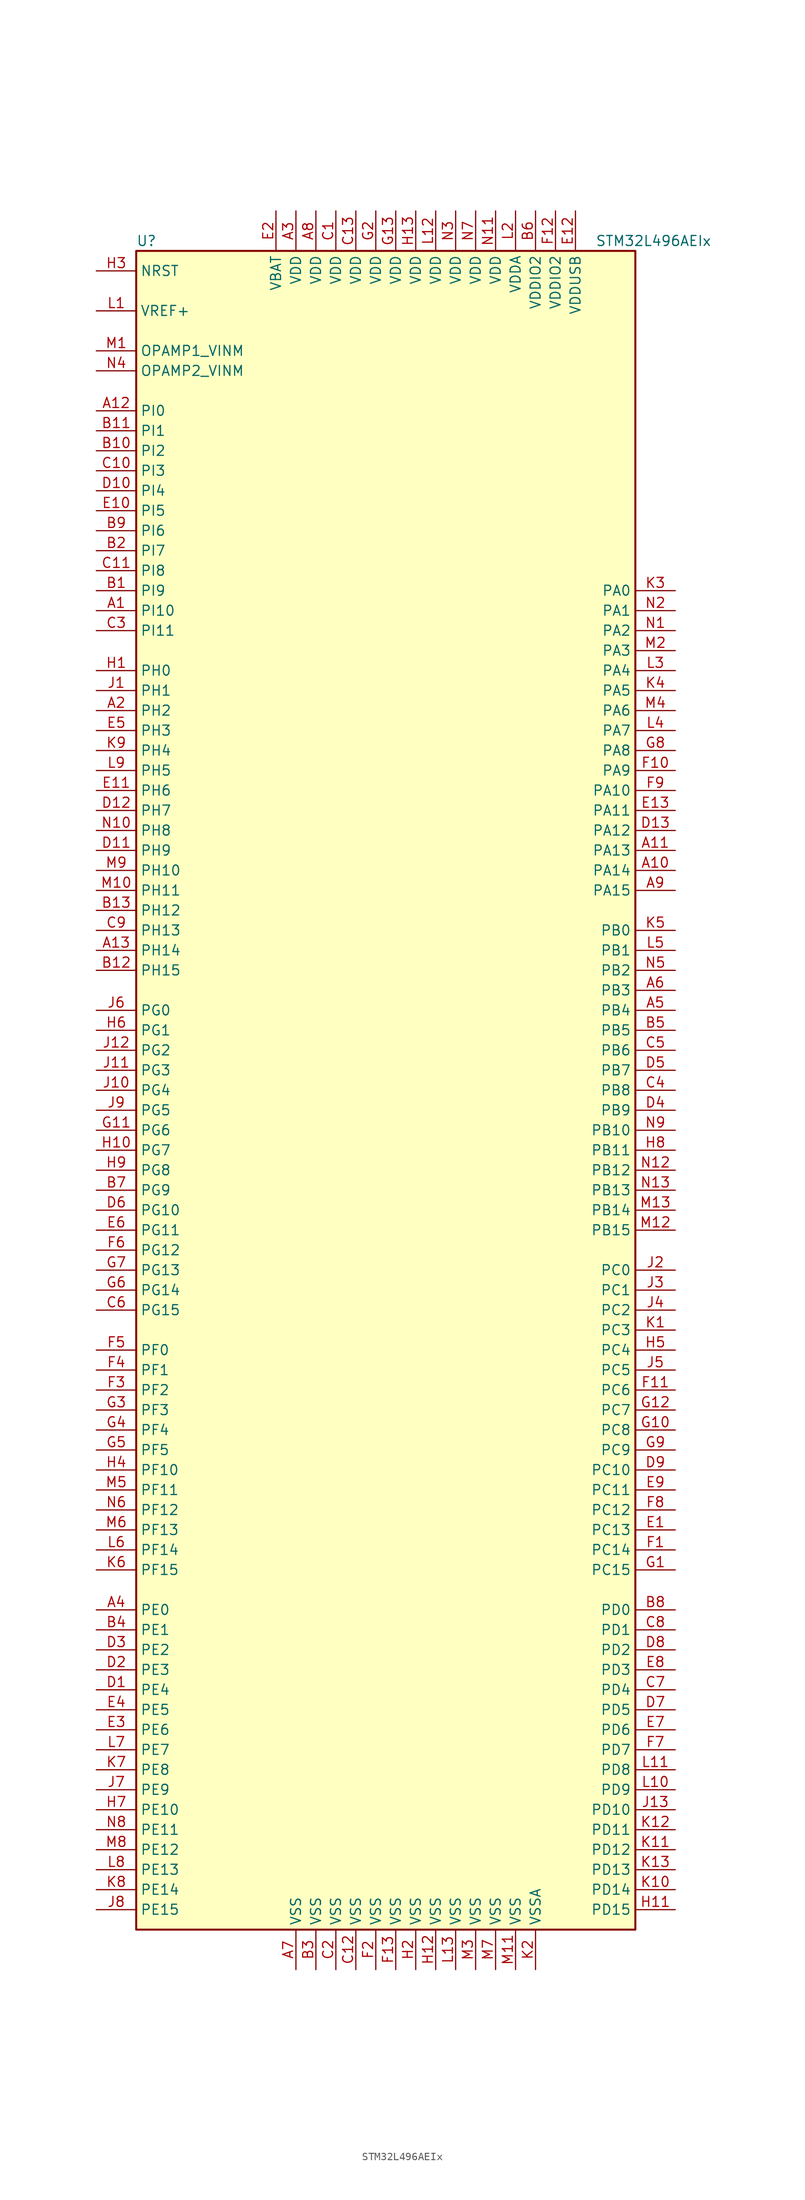
<source format=kicad_sym>
(kicad_symbol_lib
  (version 20201005)
  (generator kicad_symbol_editor)
  (symbol "MCU_ST_STM32L4:STM32L496AEIx"
    (property "Reference" "U"
      (at -33.02 107.95 0)
      (effects (font (size 1.27 1.27)) (justify left)))
    (property "Value" "STM32L496AEIx"
      (at 25.4 107.95 0)
      (effects (font (size 1.27 1.27)) (justify left)))
    (symbol "STM32L496AEIx_0_1"
      (rectangle (start -33.02 -106.68) (end 30.48 106.68) (stroke (width 0.254)) (fill (type background))))
    (symbol "STM32L496AEIx_1_1"
      (pin bidirectional line (at -38.1 60.96 0) (length 5.08) (name "PI10" (effects (font (size 1.27 1.27)))) (number "A1" (effects (font (size 1.27 1.27)))))
      (pin bidirectional line (at 35.56 27.94 180) (length 5.08) (name "PA14" (effects (font (size 1.27 1.27)))) (number "A10" (effects (font (size 1.27 1.27)))))
      (pin bidirectional line (at 35.56 30.48 180) (length 5.08) (name "PA13" (effects (font (size 1.27 1.27)))) (number "A11" (effects (font (size 1.27 1.27)))))
      (pin bidirectional line (at -38.1 86.36 0) (length 5.08) (name "PI0" (effects (font (size 1.27 1.27)))) (number "A12" (effects (font (size 1.27 1.27)))))
      (pin bidirectional line (at -38.1 17.78 0) (length 5.08) (name "PH14" (effects (font (size 1.27 1.27)))) (number "A13" (effects (font (size 1.27 1.27)))))
      (pin bidirectional line (at -38.1 48.26 0) (length 5.08) (name "PH2" (effects (font (size 1.27 1.27)))) (number "A2" (effects (font (size 1.27 1.27)))))
      (pin power_in line (at -12.7 111.76 270) (length 5.08) (name "VDD" (effects (font (size 1.27 1.27)))) (number "A3" (effects (font (size 1.27 1.27)))))
      (pin bidirectional line (at -38.1 -66.04 0) (length 5.08) (name "PE0" (effects (font (size 1.27 1.27)))) (number "A4" (effects (font (size 1.27 1.27)))))
      (pin bidirectional line (at 35.56 10.16 180) (length 5.08) (name "PB4" (effects (font (size 1.27 1.27)))) (number "A5" (effects (font (size 1.27 1.27)))))
      (pin bidirectional line (at 35.56 12.7 180) (length 5.08) (name "PB3" (effects (font (size 1.27 1.27)))) (number "A6" (effects (font (size 1.27 1.27)))))
      (pin power_in line (at -12.7 -111.76 90) (length 5.08) (name "VSS" (effects (font (size 1.27 1.27)))) (number "A7" (effects (font (size 1.27 1.27)))))
      (pin power_in line (at -10.16 111.76 270) (length 5.08) (name "VDD" (effects (font (size 1.27 1.27)))) (number "A8" (effects (font (size 1.27 1.27)))))
      (pin bidirectional line (at 35.56 25.4 180) (length 5.08) (name "PA15" (effects (font (size 1.27 1.27)))) (number "A9" (effects (font (size 1.27 1.27)))))
      (pin bidirectional line (at -38.1 63.5 0) (length 5.08) (name "PI9" (effects (font (size 1.27 1.27)))) (number "B1" (effects (font (size 1.27 1.27)))))
      (pin bidirectional line (at -38.1 81.28 0) (length 5.08) (name "PI2" (effects (font (size 1.27 1.27)))) (number "B10" (effects (font (size 1.27 1.27)))))
      (pin bidirectional line (at -38.1 83.82 0) (length 5.08) (name "PI1" (effects (font (size 1.27 1.27)))) (number "B11" (effects (font (size 1.27 1.27)))))
      (pin bidirectional line (at -38.1 15.24 0) (length 5.08) (name "PH15" (effects (font (size 1.27 1.27)))) (number "B12" (effects (font (size 1.27 1.27)))))
      (pin bidirectional line (at -38.1 22.86 0) (length 5.08) (name "PH12" (effects (font (size 1.27 1.27)))) (number "B13" (effects (font (size 1.27 1.27)))))
      (pin bidirectional line (at -38.1 68.58 0) (length 5.08) (name "PI7" (effects (font (size 1.27 1.27)))) (number "B2" (effects (font (size 1.27 1.27)))))
      (pin power_in line (at -10.16 -111.76 90) (length 5.08) (name "VSS" (effects (font (size 1.27 1.27)))) (number "B3" (effects (font (size 1.27 1.27)))))
      (pin bidirectional line (at -38.1 -68.58 0) (length 5.08) (name "PE1" (effects (font (size 1.27 1.27)))) (number "B4" (effects (font (size 1.27 1.27)))))
      (pin bidirectional line (at 35.56 7.62 180) (length 5.08) (name "PB5" (effects (font (size 1.27 1.27)))) (number "B5" (effects (font (size 1.27 1.27)))))
      (pin power_in line (at 17.78 111.76 270) (length 5.08) (name "VDDIO2" (effects (font (size 1.27 1.27)))) (number "B6" (effects (font (size 1.27 1.27)))))
      (pin bidirectional line (at -38.1 -12.7 0) (length 5.08) (name "PG9" (effects (font (size 1.27 1.27)))) (number "B7" (effects (font (size 1.27 1.27)))))
      (pin bidirectional line (at 35.56 -66.04 180) (length 5.08) (name "PD0" (effects (font (size 1.27 1.27)))) (number "B8" (effects (font (size 1.27 1.27)))))
      (pin bidirectional line (at -38.1 71.12 0) (length 5.08) (name "PI6" (effects (font (size 1.27 1.27)))) (number "B9" (effects (font (size 1.27 1.27)))))
      (pin power_in line (at -7.62 111.76 270) (length 5.08) (name "VDD" (effects (font (size 1.27 1.27)))) (number "C1" (effects (font (size 1.27 1.27)))))
      (pin bidirectional line (at -38.1 78.74 0) (length 5.08) (name "PI3" (effects (font (size 1.27 1.27)))) (number "C10" (effects (font (size 1.27 1.27)))))
      (pin bidirectional line (at -38.1 66.04 0) (length 5.08) (name "PI8" (effects (font (size 1.27 1.27)))) (number "C11" (effects (font (size 1.27 1.27)))))
      (pin power_in line (at -5.08 -111.76 90) (length 5.08) (name "VSS" (effects (font (size 1.27 1.27)))) (number "C12" (effects (font (size 1.27 1.27)))))
      (pin power_in line (at -5.08 111.76 270) (length 5.08) (name "VDD" (effects (font (size 1.27 1.27)))) (number "C13" (effects (font (size 1.27 1.27)))))
      (pin power_in line (at -7.62 -111.76 90) (length 5.08) (name "VSS" (effects (font (size 1.27 1.27)))) (number "C2" (effects (font (size 1.27 1.27)))))
      (pin bidirectional line (at -38.1 58.42 0) (length 5.08) (name "PI11" (effects (font (size 1.27 1.27)))) (number "C3" (effects (font (size 1.27 1.27)))))
      (pin bidirectional line (at 35.56 0 180) (length 5.08) (name "PB8" (effects (font (size 1.27 1.27)))) (number "C4" (effects (font (size 1.27 1.27)))))
      (pin bidirectional line (at 35.56 5.08 180) (length 5.08) (name "PB6" (effects (font (size 1.27 1.27)))) (number "C5" (effects (font (size 1.27 1.27)))))
      (pin bidirectional line (at -38.1 -27.94 0) (length 5.08) (name "PG15" (effects (font (size 1.27 1.27)))) (number "C6" (effects (font (size 1.27 1.27)))))
      (pin bidirectional line (at 35.56 -76.2 180) (length 5.08) (name "PD4" (effects (font (size 1.27 1.27)))) (number "C7" (effects (font (size 1.27 1.27)))))
      (pin bidirectional line (at 35.56 -68.58 180) (length 5.08) (name "PD1" (effects (font (size 1.27 1.27)))) (number "C8" (effects (font (size 1.27 1.27)))))
      (pin bidirectional line (at -38.1 20.32 0) (length 5.08) (name "PH13" (effects (font (size 1.27 1.27)))) (number "C9" (effects (font (size 1.27 1.27)))))
      (pin bidirectional line (at -38.1 -76.2 0) (length 5.08) (name "PE4" (effects (font (size 1.27 1.27)))) (number "D1" (effects (font (size 1.27 1.27)))))
      (pin bidirectional line (at -38.1 76.2 0) (length 5.08) (name "PI4" (effects (font (size 1.27 1.27)))) (number "D10" (effects (font (size 1.27 1.27)))))
      (pin bidirectional line (at -38.1 30.48 0) (length 5.08) (name "PH9" (effects (font (size 1.27 1.27)))) (number "D11" (effects (font (size 1.27 1.27)))))
      (pin bidirectional line (at -38.1 35.56 0) (length 5.08) (name "PH7" (effects (font (size 1.27 1.27)))) (number "D12" (effects (font (size 1.27 1.27)))))
      (pin bidirectional line (at 35.56 33.02 180) (length 5.08) (name "PA12" (effects (font (size 1.27 1.27)))) (number "D13" (effects (font (size 1.27 1.27)))))
      (pin bidirectional line (at -38.1 -73.66 0) (length 5.08) (name "PE3" (effects (font (size 1.27 1.27)))) (number "D2" (effects (font (size 1.27 1.27)))))
      (pin bidirectional line (at -38.1 -71.12 0) (length 5.08) (name "PE2" (effects (font (size 1.27 1.27)))) (number "D3" (effects (font (size 1.27 1.27)))))
      (pin bidirectional line (at 35.56 -2.54 180) (length 5.08) (name "PB9" (effects (font (size 1.27 1.27)))) (number "D4" (effects (font (size 1.27 1.27)))))
      (pin bidirectional line (at 35.56 2.54 180) (length 5.08) (name "PB7" (effects (font (size 1.27 1.27)))) (number "D5" (effects (font (size 1.27 1.27)))))
      (pin bidirectional line (at -38.1 -15.24 0) (length 5.08) (name "PG10" (effects (font (size 1.27 1.27)))) (number "D6" (effects (font (size 1.27 1.27)))))
      (pin bidirectional line (at 35.56 -78.74 180) (length 5.08) (name "PD5" (effects (font (size 1.27 1.27)))) (number "D7" (effects (font (size 1.27 1.27)))))
      (pin bidirectional line (at 35.56 -71.12 180) (length 5.08) (name "PD2" (effects (font (size 1.27 1.27)))) (number "D8" (effects (font (size 1.27 1.27)))))
      (pin bidirectional line (at 35.56 -48.26 180) (length 5.08) (name "PC10" (effects (font (size 1.27 1.27)))) (number "D9" (effects (font (size 1.27 1.27)))))
      (pin bidirectional line (at 35.56 -55.88 180) (length 5.08) (name "PC13" (effects (font (size 1.27 1.27)))) (number "E1" (effects (font (size 1.27 1.27)))))
      (pin bidirectional line (at -38.1 73.66 0) (length 5.08) (name "PI5" (effects (font (size 1.27 1.27)))) (number "E10" (effects (font (size 1.27 1.27)))))
      (pin bidirectional line (at -38.1 38.1 0) (length 5.08) (name "PH6" (effects (font (size 1.27 1.27)))) (number "E11" (effects (font (size 1.27 1.27)))))
      (pin power_in line (at 22.86 111.76 270) (length 5.08) (name "VDDUSB" (effects (font (size 1.27 1.27)))) (number "E12" (effects (font (size 1.27 1.27)))))
      (pin bidirectional line (at 35.56 35.56 180) (length 5.08) (name "PA11" (effects (font (size 1.27 1.27)))) (number "E13" (effects (font (size 1.27 1.27)))))
      (pin power_in line (at -15.24 111.76 270) (length 5.08) (name "VBAT" (effects (font (size 1.27 1.27)))) (number "E2" (effects (font (size 1.27 1.27)))))
      (pin bidirectional line (at -38.1 -81.28 0) (length 5.08) (name "PE6" (effects (font (size 1.27 1.27)))) (number "E3" (effects (font (size 1.27 1.27)))))
      (pin bidirectional line (at -38.1 -78.74 0) (length 5.08) (name "PE5" (effects (font (size 1.27 1.27)))) (number "E4" (effects (font (size 1.27 1.27)))))
      (pin bidirectional line (at -38.1 45.72 0) (length 5.08) (name "PH3" (effects (font (size 1.27 1.27)))) (number "E5" (effects (font (size 1.27 1.27)))))
      (pin bidirectional line (at -38.1 -17.78 0) (length 5.08) (name "PG11" (effects (font (size 1.27 1.27)))) (number "E6" (effects (font (size 1.27 1.27)))))
      (pin bidirectional line (at 35.56 -81.28 180) (length 5.08) (name "PD6" (effects (font (size 1.27 1.27)))) (number "E7" (effects (font (size 1.27 1.27)))))
      (pin bidirectional line (at 35.56 -73.66 180) (length 5.08) (name "PD3" (effects (font (size 1.27 1.27)))) (number "E8" (effects (font (size 1.27 1.27)))))
      (pin bidirectional line (at 35.56 -50.8 180) (length 5.08) (name "PC11" (effects (font (size 1.27 1.27)))) (number "E9" (effects (font (size 1.27 1.27)))))
      (pin bidirectional line (at 35.56 -58.42 180) (length 5.08) (name "PC14" (effects (font (size 1.27 1.27)))) (number "F1" (effects (font (size 1.27 1.27)))))
      (pin bidirectional line (at 35.56 40.64 180) (length 5.08) (name "PA9" (effects (font (size 1.27 1.27)))) (number "F10" (effects (font (size 1.27 1.27)))))
      (pin bidirectional line (at 35.56 -38.1 180) (length 5.08) (name "PC6" (effects (font (size 1.27 1.27)))) (number "F11" (effects (font (size 1.27 1.27)))))
      (pin power_in line (at 20.32 111.76 270) (length 5.08) (name "VDDIO2" (effects (font (size 1.27 1.27)))) (number "F12" (effects (font (size 1.27 1.27)))))
      (pin power_in line (at 0 -111.76 90) (length 5.08) (name "VSS" (effects (font (size 1.27 1.27)))) (number "F13" (effects (font (size 1.27 1.27)))))
      (pin power_in line (at -2.54 -111.76 90) (length 5.08) (name "VSS" (effects (font (size 1.27 1.27)))) (number "F2" (effects (font (size 1.27 1.27)))))
      (pin bidirectional line (at -38.1 -38.1 0) (length 5.08) (name "PF2" (effects (font (size 1.27 1.27)))) (number "F3" (effects (font (size 1.27 1.27)))))
      (pin bidirectional line (at -38.1 -35.56 0) (length 5.08) (name "PF1" (effects (font (size 1.27 1.27)))) (number "F4" (effects (font (size 1.27 1.27)))))
      (pin bidirectional line (at -38.1 -33.02 0) (length 5.08) (name "PF0" (effects (font (size 1.27 1.27)))) (number "F5" (effects (font (size 1.27 1.27)))))
      (pin bidirectional line (at -38.1 -20.32 0) (length 5.08) (name "PG12" (effects (font (size 1.27 1.27)))) (number "F6" (effects (font (size 1.27 1.27)))))
      (pin bidirectional line (at 35.56 -83.82 180) (length 5.08) (name "PD7" (effects (font (size 1.27 1.27)))) (number "F7" (effects (font (size 1.27 1.27)))))
      (pin bidirectional line (at 35.56 -53.34 180) (length 5.08) (name "PC12" (effects (font (size 1.27 1.27)))) (number "F8" (effects (font (size 1.27 1.27)))))
      (pin bidirectional line (at 35.56 38.1 180) (length 5.08) (name "PA10" (effects (font (size 1.27 1.27)))) (number "F9" (effects (font (size 1.27 1.27)))))
      (pin bidirectional line (at 35.56 -60.96 180) (length 5.08) (name "PC15" (effects (font (size 1.27 1.27)))) (number "G1" (effects (font (size 1.27 1.27)))))
      (pin bidirectional line (at 35.56 -43.18 180) (length 5.08) (name "PC8" (effects (font (size 1.27 1.27)))) (number "G10" (effects (font (size 1.27 1.27)))))
      (pin bidirectional line (at -38.1 -5.08 0) (length 5.08) (name "PG6" (effects (font (size 1.27 1.27)))) (number "G11" (effects (font (size 1.27 1.27)))))
      (pin bidirectional line (at 35.56 -40.64 180) (length 5.08) (name "PC7" (effects (font (size 1.27 1.27)))) (number "G12" (effects (font (size 1.27 1.27)))))
      (pin power_in line (at 0 111.76 270) (length 5.08) (name "VDD" (effects (font (size 1.27 1.27)))) (number "G13" (effects (font (size 1.27 1.27)))))
      (pin power_in line (at -2.54 111.76 270) (length 5.08) (name "VDD" (effects (font (size 1.27 1.27)))) (number "G2" (effects (font (size 1.27 1.27)))))
      (pin bidirectional line (at -38.1 -40.64 0) (length 5.08) (name "PF3" (effects (font (size 1.27 1.27)))) (number "G3" (effects (font (size 1.27 1.27)))))
      (pin bidirectional line (at -38.1 -43.18 0) (length 5.08) (name "PF4" (effects (font (size 1.27 1.27)))) (number "G4" (effects (font (size 1.27 1.27)))))
      (pin bidirectional line (at -38.1 -45.72 0) (length 5.08) (name "PF5" (effects (font (size 1.27 1.27)))) (number "G5" (effects (font (size 1.27 1.27)))))
      (pin bidirectional line (at -38.1 -25.4 0) (length 5.08) (name "PG14" (effects (font (size 1.27 1.27)))) (number "G6" (effects (font (size 1.27 1.27)))))
      (pin bidirectional line (at -38.1 -22.86 0) (length 5.08) (name "PG13" (effects (font (size 1.27 1.27)))) (number "G7" (effects (font (size 1.27 1.27)))))
      (pin bidirectional line (at 35.56 43.18 180) (length 5.08) (name "PA8" (effects (font (size 1.27 1.27)))) (number "G8" (effects (font (size 1.27 1.27)))))
      (pin bidirectional line (at 35.56 -45.72 180) (length 5.08) (name "PC9" (effects (font (size 1.27 1.27)))) (number "G9" (effects (font (size 1.27 1.27)))))
      (pin input line (at -38.1 53.34 0) (length 5.08) (name "PH0" (effects (font (size 1.27 1.27)))) (number "H1" (effects (font (size 1.27 1.27)))))
      (pin bidirectional line (at -38.1 -7.62 0) (length 5.08) (name "PG7" (effects (font (size 1.27 1.27)))) (number "H10" (effects (font (size 1.27 1.27)))))
      (pin bidirectional line (at 35.56 -104.14 180) (length 5.08) (name "PD15" (effects (font (size 1.27 1.27)))) (number "H11" (effects (font (size 1.27 1.27)))))
      (pin power_in line (at 5.08 -111.76 90) (length 5.08) (name "VSS" (effects (font (size 1.27 1.27)))) (number "H12" (effects (font (size 1.27 1.27)))))
      (pin power_in line (at 2.54 111.76 270) (length 5.08) (name "VDD" (effects (font (size 1.27 1.27)))) (number "H13" (effects (font (size 1.27 1.27)))))
      (pin power_in line (at 2.54 -111.76 90) (length 5.08) (name "VSS" (effects (font (size 1.27 1.27)))) (number "H2" (effects (font (size 1.27 1.27)))))
      (pin input line (at -38.1 104.14 0) (length 5.08) (name "NRST" (effects (font (size 1.27 1.27)))) (number "H3" (effects (font (size 1.27 1.27)))))
      (pin bidirectional line (at -38.1 -48.26 0) (length 5.08) (name "PF10" (effects (font (size 1.27 1.27)))) (number "H4" (effects (font (size 1.27 1.27)))))
      (pin bidirectional line (at 35.56 -33.02 180) (length 5.08) (name "PC4" (effects (font (size 1.27 1.27)))) (number "H5" (effects (font (size 1.27 1.27)))))
      (pin bidirectional line (at -38.1 7.62 0) (length 5.08) (name "PG1" (effects (font (size 1.27 1.27)))) (number "H6" (effects (font (size 1.27 1.27)))))
      (pin bidirectional line (at -38.1 -91.44 0) (length 5.08) (name "PE10" (effects (font (size 1.27 1.27)))) (number "H7" (effects (font (size 1.27 1.27)))))
      (pin bidirectional line (at 35.56 -7.62 180) (length 5.08) (name "PB11" (effects (font (size 1.27 1.27)))) (number "H8" (effects (font (size 1.27 1.27)))))
      (pin bidirectional line (at -38.1 -10.16 0) (length 5.08) (name "PG8" (effects (font (size 1.27 1.27)))) (number "H9" (effects (font (size 1.27 1.27)))))
      (pin input line (at -38.1 50.8 0) (length 5.08) (name "PH1" (effects (font (size 1.27 1.27)))) (number "J1" (effects (font (size 1.27 1.27)))))
      (pin bidirectional line (at -38.1 0 0) (length 5.08) (name "PG4" (effects (font (size 1.27 1.27)))) (number "J10" (effects (font (size 1.27 1.27)))))
      (pin bidirectional line (at -38.1 2.54 0) (length 5.08) (name "PG3" (effects (font (size 1.27 1.27)))) (number "J11" (effects (font (size 1.27 1.27)))))
      (pin bidirectional line (at -38.1 5.08 0) (length 5.08) (name "PG2" (effects (font (size 1.27 1.27)))) (number "J12" (effects (font (size 1.27 1.27)))))
      (pin bidirectional line (at 35.56 -91.44 180) (length 5.08) (name "PD10" (effects (font (size 1.27 1.27)))) (number "J13" (effects (font (size 1.27 1.27)))))
      (pin bidirectional line (at 35.56 -22.86 180) (length 5.08) (name "PC0" (effects (font (size 1.27 1.27)))) (number "J2" (effects (font (size 1.27 1.27)))))
      (pin bidirectional line (at 35.56 -25.4 180) (length 5.08) (name "PC1" (effects (font (size 1.27 1.27)))) (number "J3" (effects (font (size 1.27 1.27)))))
      (pin bidirectional line (at 35.56 -27.94 180) (length 5.08) (name "PC2" (effects (font (size 1.27 1.27)))) (number "J4" (effects (font (size 1.27 1.27)))))
      (pin bidirectional line (at 35.56 -35.56 180) (length 5.08) (name "PC5" (effects (font (size 1.27 1.27)))) (number "J5" (effects (font (size 1.27 1.27)))))
      (pin bidirectional line (at -38.1 10.16 0) (length 5.08) (name "PG0" (effects (font (size 1.27 1.27)))) (number "J6" (effects (font (size 1.27 1.27)))))
      (pin bidirectional line (at -38.1 -88.9 0) (length 5.08) (name "PE9" (effects (font (size 1.27 1.27)))) (number "J7" (effects (font (size 1.27 1.27)))))
      (pin bidirectional line (at -38.1 -104.14 0) (length 5.08) (name "PE15" (effects (font (size 1.27 1.27)))) (number "J8" (effects (font (size 1.27 1.27)))))
      (pin bidirectional line (at -38.1 -2.54 0) (length 5.08) (name "PG5" (effects (font (size 1.27 1.27)))) (number "J9" (effects (font (size 1.27 1.27)))))
      (pin bidirectional line (at 35.56 -30.48 180) (length 5.08) (name "PC3" (effects (font (size 1.27 1.27)))) (number "K1" (effects (font (size 1.27 1.27)))))
      (pin bidirectional line (at 35.56 -101.6 180) (length 5.08) (name "PD14" (effects (font (size 1.27 1.27)))) (number "K10" (effects (font (size 1.27 1.27)))))
      (pin bidirectional line (at 35.56 -96.52 180) (length 5.08) (name "PD12" (effects (font (size 1.27 1.27)))) (number "K11" (effects (font (size 1.27 1.27)))))
      (pin bidirectional line (at 35.56 -93.98 180) (length 5.08) (name "PD11" (effects (font (size 1.27 1.27)))) (number "K12" (effects (font (size 1.27 1.27)))))
      (pin bidirectional line (at 35.56 -99.06 180) (length 5.08) (name "PD13" (effects (font (size 1.27 1.27)))) (number "K13" (effects (font (size 1.27 1.27)))))
      (pin power_in line (at 17.78 -111.76 90) (length 5.08) (name "VSSA" (effects (font (size 1.27 1.27)))) (number "K2" (effects (font (size 1.27 1.27)))))
      (pin bidirectional line (at 35.56 63.5 180) (length 5.08) (name "PA0" (effects (font (size 1.27 1.27)))) (number "K3" (effects (font (size 1.27 1.27)))))
      (pin bidirectional line (at 35.56 50.8 180) (length 5.08) (name "PA5" (effects (font (size 1.27 1.27)))) (number "K4" (effects (font (size 1.27 1.27)))))
      (pin bidirectional line (at 35.56 20.32 180) (length 5.08) (name "PB0" (effects (font (size 1.27 1.27)))) (number "K5" (effects (font (size 1.27 1.27)))))
      (pin bidirectional line (at -38.1 -60.96 0) (length 5.08) (name "PF15" (effects (font (size 1.27 1.27)))) (number "K6" (effects (font (size 1.27 1.27)))))
      (pin bidirectional line (at -38.1 -86.36 0) (length 5.08) (name "PE8" (effects (font (size 1.27 1.27)))) (number "K7" (effects (font (size 1.27 1.27)))))
      (pin bidirectional line (at -38.1 -101.6 0) (length 5.08) (name "PE14" (effects (font (size 1.27 1.27)))) (number "K8" (effects (font (size 1.27 1.27)))))
      (pin bidirectional line (at -38.1 43.18 0) (length 5.08) (name "PH4" (effects (font (size 1.27 1.27)))) (number "K9" (effects (font (size 1.27 1.27)))))
      (pin bidirectional line (at -38.1 99.06 0) (length 5.08) (name "VREF+" (effects (font (size 1.27 1.27)))) (number "L1" (effects (font (size 1.27 1.27)))))
      (pin bidirectional line (at 35.56 -88.9 180) (length 5.08) (name "PD9" (effects (font (size 1.27 1.27)))) (number "L10" (effects (font (size 1.27 1.27)))))
      (pin bidirectional line (at 35.56 -86.36 180) (length 5.08) (name "PD8" (effects (font (size 1.27 1.27)))) (number "L11" (effects (font (size 1.27 1.27)))))
      (pin power_in line (at 5.08 111.76 270) (length 5.08) (name "VDD" (effects (font (size 1.27 1.27)))) (number "L12" (effects (font (size 1.27 1.27)))))
      (pin power_in line (at 7.62 -111.76 90) (length 5.08) (name "VSS" (effects (font (size 1.27 1.27)))) (number "L13" (effects (font (size 1.27 1.27)))))
      (pin power_in line (at 15.24 111.76 270) (length 5.08) (name "VDDA" (effects (font (size 1.27 1.27)))) (number "L2" (effects (font (size 1.27 1.27)))))
      (pin bidirectional line (at 35.56 53.34 180) (length 5.08) (name "PA4" (effects (font (size 1.27 1.27)))) (number "L3" (effects (font (size 1.27 1.27)))))
      (pin bidirectional line (at 35.56 45.72 180) (length 5.08) (name "PA7" (effects (font (size 1.27 1.27)))) (number "L4" (effects (font (size 1.27 1.27)))))
      (pin bidirectional line (at 35.56 17.78 180) (length 5.08) (name "PB1" (effects (font (size 1.27 1.27)))) (number "L5" (effects (font (size 1.27 1.27)))))
      (pin bidirectional line (at -38.1 -58.42 0) (length 5.08) (name "PF14" (effects (font (size 1.27 1.27)))) (number "L6" (effects (font (size 1.27 1.27)))))
      (pin bidirectional line (at -38.1 -83.82 0) (length 5.08) (name "PE7" (effects (font (size 1.27 1.27)))) (number "L7" (effects (font (size 1.27 1.27)))))
      (pin bidirectional line (at -38.1 -99.06 0) (length 5.08) (name "PE13" (effects (font (size 1.27 1.27)))) (number "L8" (effects (font (size 1.27 1.27)))))
      (pin bidirectional line (at -38.1 40.64 0) (length 5.08) (name "PH5" (effects (font (size 1.27 1.27)))) (number "L9" (effects (font (size 1.27 1.27)))))
      (pin bidirectional line (at -38.1 93.98 0) (length 5.08) (name "OPAMP1_VINM" (effects (font (size 1.27 1.27)))) (number "M1" (effects (font (size 1.27 1.27)))))
      (pin bidirectional line (at -38.1 25.4 0) (length 5.08) (name "PH11" (effects (font (size 1.27 1.27)))) (number "M10" (effects (font (size 1.27 1.27)))))
      (pin power_in line (at 15.24 -111.76 90) (length 5.08) (name "VSS" (effects (font (size 1.27 1.27)))) (number "M11" (effects (font (size 1.27 1.27)))))
      (pin bidirectional line (at 35.56 -17.78 180) (length 5.08) (name "PB15" (effects (font (size 1.27 1.27)))) (number "M12" (effects (font (size 1.27 1.27)))))
      (pin bidirectional line (at 35.56 -15.24 180) (length 5.08) (name "PB14" (effects (font (size 1.27 1.27)))) (number "M13" (effects (font (size 1.27 1.27)))))
      (pin bidirectional line (at 35.56 55.88 180) (length 5.08) (name "PA3" (effects (font (size 1.27 1.27)))) (number "M2" (effects (font (size 1.27 1.27)))))
      (pin power_in line (at 10.16 -111.76 90) (length 5.08) (name "VSS" (effects (font (size 1.27 1.27)))) (number "M3" (effects (font (size 1.27 1.27)))))
      (pin bidirectional line (at 35.56 48.26 180) (length 5.08) (name "PA6" (effects (font (size 1.27 1.27)))) (number "M4" (effects (font (size 1.27 1.27)))))
      (pin bidirectional line (at -38.1 -50.8 0) (length 5.08) (name "PF11" (effects (font (size 1.27 1.27)))) (number "M5" (effects (font (size 1.27 1.27)))))
      (pin bidirectional line (at -38.1 -55.88 0) (length 5.08) (name "PF13" (effects (font (size 1.27 1.27)))) (number "M6" (effects (font (size 1.27 1.27)))))
      (pin power_in line (at 12.7 -111.76 90) (length 5.08) (name "VSS" (effects (font (size 1.27 1.27)))) (number "M7" (effects (font (size 1.27 1.27)))))
      (pin bidirectional line (at -38.1 -96.52 0) (length 5.08) (name "PE12" (effects (font (size 1.27 1.27)))) (number "M8" (effects (font (size 1.27 1.27)))))
      (pin bidirectional line (at -38.1 27.94 0) (length 5.08) (name "PH10" (effects (font (size 1.27 1.27)))) (number "M9" (effects (font (size 1.27 1.27)))))
      (pin bidirectional line (at 35.56 58.42 180) (length 5.08) (name "PA2" (effects (font (size 1.27 1.27)))) (number "N1" (effects (font (size 1.27 1.27)))))
      (pin bidirectional line (at -38.1 33.02 0) (length 5.08) (name "PH8" (effects (font (size 1.27 1.27)))) (number "N10" (effects (font (size 1.27 1.27)))))
      (pin power_in line (at 12.7 111.76 270) (length 5.08) (name "VDD" (effects (font (size 1.27 1.27)))) (number "N11" (effects (font (size 1.27 1.27)))))
      (pin bidirectional line (at 35.56 -10.16 180) (length 5.08) (name "PB12" (effects (font (size 1.27 1.27)))) (number "N12" (effects (font (size 1.27 1.27)))))
      (pin bidirectional line (at 35.56 -12.7 180) (length 5.08) (name "PB13" (effects (font (size 1.27 1.27)))) (number "N13" (effects (font (size 1.27 1.27)))))
      (pin bidirectional line (at 35.56 60.96 180) (length 5.08) (name "PA1" (effects (font (size 1.27 1.27)))) (number "N2" (effects (font (size 1.27 1.27)))))
      (pin power_in line (at 7.62 111.76 270) (length 5.08) (name "VDD" (effects (font (size 1.27 1.27)))) (number "N3" (effects (font (size 1.27 1.27)))))
      (pin bidirectional line (at -38.1 91.44 0) (length 5.08) (name "OPAMP2_VINM" (effects (font (size 1.27 1.27)))) (number "N4" (effects (font (size 1.27 1.27)))))
      (pin bidirectional line (at 35.56 15.24 180) (length 5.08) (name "PB2" (effects (font (size 1.27 1.27)))) (number "N5" (effects (font (size 1.27 1.27)))))
      (pin bidirectional line (at -38.1 -53.34 0) (length 5.08) (name "PF12" (effects (font (size 1.27 1.27)))) (number "N6" (effects (font (size 1.27 1.27)))))
      (pin power_in line (at 10.16 111.76 270) (length 5.08) (name "VDD" (effects (font (size 1.27 1.27)))) (number "N7" (effects (font (size 1.27 1.27)))))
      (pin bidirectional line (at -38.1 -93.98 0) (length 5.08) (name "PE11" (effects (font (size 1.27 1.27)))) (number "N8" (effects (font (size 1.27 1.27)))))
      (pin bidirectional line (at 35.56 -5.08 180) (length 5.08) (name "PB10" (effects (font (size 1.27 1.27)))) (number "N9" (effects (font (size 1.27 1.27))))))))
</source>
